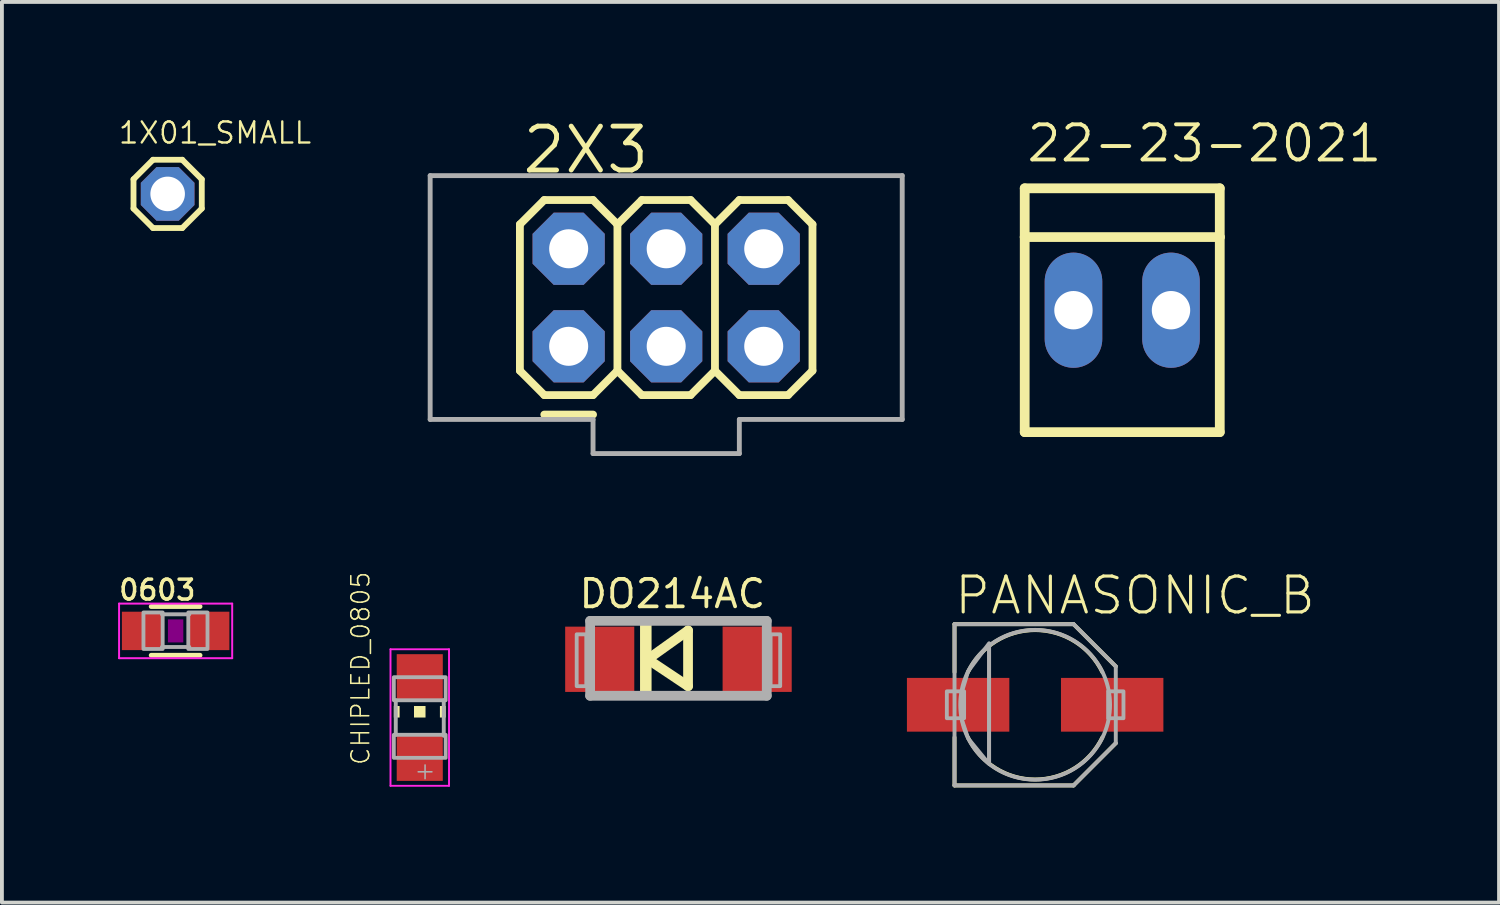
<source format=kicad_pcb>
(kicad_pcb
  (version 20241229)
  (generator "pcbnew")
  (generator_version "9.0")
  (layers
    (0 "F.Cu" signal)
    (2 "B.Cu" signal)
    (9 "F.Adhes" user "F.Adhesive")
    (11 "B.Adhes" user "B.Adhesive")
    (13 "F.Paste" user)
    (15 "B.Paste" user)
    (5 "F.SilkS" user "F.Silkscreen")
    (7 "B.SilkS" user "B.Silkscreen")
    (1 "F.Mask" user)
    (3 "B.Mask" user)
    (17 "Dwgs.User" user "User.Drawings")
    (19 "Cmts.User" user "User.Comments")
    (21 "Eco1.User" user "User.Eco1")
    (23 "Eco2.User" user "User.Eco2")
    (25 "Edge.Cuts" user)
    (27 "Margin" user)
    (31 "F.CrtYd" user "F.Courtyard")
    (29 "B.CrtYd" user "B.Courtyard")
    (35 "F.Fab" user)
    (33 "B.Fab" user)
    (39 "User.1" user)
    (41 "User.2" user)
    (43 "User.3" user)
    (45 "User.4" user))
  (footprint "PANASONIC_B"
    (layer "F.Cu")
    (at 23.909 15.305)
    (property "Reference" "PANASONIC_B" (at -2.15 -2.3 0) (layer "F.SilkS") (effects (font (size 0.935 0.935) (thickness 0.081)) (justify left bottom)))
    (fp_line (start -2.1 -2.1) (end 1 -2.1) (stroke (width 0.102) (type solid)) (layer "F.SilkS"))
    (fp_line (start -2.1 -0.85) (end -2.1 -2.1) (stroke (width 0.102) (type solid)) (layer "F.SilkS"))
    (fp_line (start -2.1 2.1) (end -2.1 0.85) (stroke (width 0.102) (type solid)) (layer "F.SilkS"))
    (fp_line (start 1 -2.1) (end 2.1 -1) (stroke (width 0.102) (type solid)) (layer "F.SilkS"))
    (fp_line (start 1 2.1) (end -2.1 2.1) (stroke (width 0.102) (type solid)) (layer "F.SilkS"))
    (fp_line (start 2.1 1) (end 1 2.1) (stroke (width 0.102) (type solid)) (layer "F.SilkS"))
    (fp_arc (start -1.75 -0.85) (mid 0 -1.945508) (end 1.75 -0.85) (stroke (width 0.1016) (type solid)) (layer "F.SilkS"))
    (fp_arc (start 1.75 0.85) (mid 0 1.945508) (end -1.75 0.85) (stroke (width 0.1016) (type solid)) (layer "F.SilkS"))
    (fp_line (start -2.1 -2.1) (end 1 -2.1) (stroke (width 0.102) (type solid)) (layer "F.Fab"))
    (fp_line (start -2.1 2.1) (end -2.1 -2.1) (stroke (width 0.102) (type solid)) (layer "F.Fab"))
    (fp_line (start -1.2 -1.5) (end -1.2 1.5) (stroke (width 0.102) (type solid)) (layer "F.Fab"))
    (fp_line (start 1 -2.1) (end 2.1 -1) (stroke (width 0.102) (type solid)) (layer "F.Fab"))
    (fp_line (start 1 2.1) (end -2.1 2.1) (stroke (width 0.102) (type solid)) (layer "F.Fab"))
    (fp_line (start 2.1 -1) (end 2.1 1) (stroke (width 0.102) (type solid)) (layer "F.Fab"))
    (fp_line (start 2.1 1) (end 1 2.1) (stroke (width 0.102) (type solid)) (layer "F.Fab"))
    (fp_circle (center 0 0) (end 1.95 0) (stroke (width 0.102) (type solid)) (fill no) (layer "F.Fab"))
    (fp_poly (pts (xy -2.3 0.35) (xy -1.85 0.35) (xy -1.85 -0.35) (xy -2.3 -0.35)) (stroke (width 0.1) (type solid)) (fill no) (layer "F.Fab"))
    (fp_poly (pts (xy 1.9 0.35) (xy 2.3 0.35) (xy 2.3 -0.35) (xy 1.9 -0.35)) (stroke (width 0.1) (type solid)) (fill no) (layer "F.Fab"))
    (fp_poly (pts (xy -1.199 1.542) (xy -1.745 0.875) (xy -1.901 0.408) (xy -1.901 -0.357) (xy -1.746 -0.873) (xy -1.199 -1.602)) (stroke (width 0.1) (type solid)) (fill no) (layer "F.Fab"))
    (pad "+" smd rect (at 2.006 0) (size 2.667 1.4) (layers "F.Cu" "F.Mask" "F.Paste"))
    (pad "-" smd rect (at -2.006 0) (size 2.667 1.4) (layers "F.Cu" "F.Mask" "F.Paste")))
  (footprint "22-23-2021"
    (layer "F.Cu")
    (at 26.177 5.029)
    (property "Reference" "22-23-2021" (at -2.54 -3.81 0) (layer "F.SilkS") (effects (font (size 0.914 0.914) (thickness 0.102)) (justify left bottom)))
    (fp_line (start -2.54 -3.175) (end 2.54 -3.175) (stroke (width 0.254) (type solid)) (layer "F.SilkS"))
    (fp_line (start -2.54 -1.905) (end -2.54 -3.175) (stroke (width 0.254) (type solid)) (layer "F.SilkS"))
    (fp_line (start -2.54 -1.905) (end 2.54 -1.905) (stroke (width 0.254) (type solid)) (layer "F.SilkS"))
    (fp_line (start -2.54 3.175) (end -2.54 -1.905) (stroke (width 0.254) (type solid)) (layer "F.SilkS"))
    (fp_line (start 2.54 -3.175) (end 2.54 -1.905) (stroke (width 0.254) (type solid)) (layer "F.SilkS"))
    (fp_line (start 2.54 -1.905) (end 2.54 3.175) (stroke (width 0.254) (type solid)) (layer "F.SilkS"))
    (fp_line (start 2.54 3.175) (end -2.54 3.175) (stroke (width 0.254) (type solid)) (layer "F.SilkS"))
    (pad "1" thru_hole oval (at -1.27 0 90) (size 3 1.5) (drill 1) (layers "*.Cu" "*.Mask"))
    (pad "2" thru_hole oval (at 1.27 0 90) (size 3 1.5) (drill 1) (layers "*.Cu" "*.Mask")))
  (footprint "1X01_SMALL"
    (layer "F.Cu")
    (at 1.316 2)
    (property "Reference" "1X01_SMALL" (at -1.316 -1.269 0) (layer "F.SilkS") (effects (font (size 0.549 0.549) (thickness 0.061)) (justify left bottom)))
    (fp_line (start -0.889 -0.381) (end -0.889 0.381) (stroke (width 0.152) (type solid)) (layer "F.SilkS"))
    (fp_line (start -0.889 0.381) (end -0.381 0.889) (stroke (width 0.152) (type solid)) (layer "F.SilkS"))
    (fp_line (start -0.381 -0.889) (end -0.889 -0.381) (stroke (width 0.152) (type solid)) (layer "F.SilkS"))
    (fp_line (start -0.381 -0.889) (end 0.381 -0.889) (stroke (width 0.152) (type solid)) (layer "F.SilkS"))
    (fp_line (start 0.381 -0.889) (end 0.889 -0.381) (stroke (width 0.152) (type solid)) (layer "F.SilkS"))
    (fp_line (start 0.381 0.889) (end -0.381 0.889) (stroke (width 0.152) (type solid)) (layer "F.SilkS"))
    (fp_line (start 0.889 -0.381) (end 0.889 0.381) (stroke (width 0.152) (type solid)) (layer "F.SilkS"))
    (fp_line (start 0.889 0.381) (end 0.381 0.889) (stroke (width 0.152) (type solid)) (layer "F.SilkS"))
    (fp_poly (pts (xy -0.254 0.254) (xy 0.254 0.254) (xy 0.254 -0.254) (xy -0.254 -0.254)) (stroke (width 0.1) (type solid)) (fill no) (layer "F.Fab"))
    (pad "1" thru_hole roundrect (at 0 0) (size 1.397 1.397) (drill 0.9) (layers "*.Cu" "*.Mask") (roundrect_rratio 0.25) (chamfer_ratio 0.293) (chamfer top_left top_right bottom_left bottom_right)))
  (footprint "2X3"
    (layer "F.Cu")
    (at 14.3 5.969)
    (property "Reference" "2X3" (at -3.81 -4.445 0) (layer "F.SilkS") (effects (font (size 1.143 1.143) (thickness 0.127)) (justify left bottom)))
    (fp_line (start -3.81 -3.175) (end -3.175 -3.81) (stroke (width 0.203) (type solid)) (layer "F.SilkS"))
    (fp_line (start -3.81 0.635) (end -3.81 -3.175) (stroke (width 0.203) (type solid)) (layer "F.SilkS"))
    (fp_line (start -3.81 0.635) (end -3.175 1.27) (stroke (width 0.203) (type solid)) (layer "F.SilkS"))
    (fp_line (start -3.175 -3.81) (end -1.905 -3.81) (stroke (width 0.203) (type solid)) (layer "F.SilkS"))
    (fp_line (start -3.175 1.27) (end -1.905 1.27) (stroke (width 0.203) (type solid)) (layer "F.SilkS"))
    (fp_line (start -1.905 -3.81) (end -1.27 -3.175) (stroke (width 0.203) (type solid)) (layer "F.SilkS"))
    (fp_line (start -1.905 1.27) (end -1.27 0.635) (stroke (width 0.203) (type solid)) (layer "F.SilkS"))
    (fp_line (start -1.905 1.778) (end -3.175 1.778) (stroke (width 0.203) (type solid)) (layer "F.SilkS"))
    (fp_line (start -1.27 -3.175) (end -1.27 0.635) (stroke (width 0.203) (type solid)) (layer "F.SilkS"))
    (fp_line (start -1.27 -3.175) (end -0.635 -3.81) (stroke (width 0.203) (type solid)) (layer "F.SilkS"))
    (fp_line (start -1.27 0.635) (end -0.635 1.27) (stroke (width 0.203) (type solid)) (layer "F.SilkS"))
    (fp_line (start -0.635 -3.81) (end 0.635 -3.81) (stroke (width 0.203) (type solid)) (layer "F.SilkS"))
    (fp_line (start -0.635 1.27) (end 0.635 1.27) (stroke (width 0.203) (type solid)) (layer "F.SilkS"))
    (fp_line (start 0.635 -3.81) (end 1.27 -3.175) (stroke (width 0.203) (type solid)) (layer "F.SilkS"))
    (fp_line (start 0.635 1.27) (end 1.27 0.635) (stroke (width 0.203) (type solid)) (layer "F.SilkS"))
    (fp_line (start 1.27 -3.175) (end 1.27 0.635) (stroke (width 0.203) (type solid)) (layer "F.SilkS"))
    (fp_line (start 1.27 -3.175) (end 1.905 -3.81) (stroke (width 0.203) (type solid)) (layer "F.SilkS"))
    (fp_line (start 1.27 0.635) (end 1.905 1.27) (stroke (width 0.203) (type solid)) (layer "F.SilkS"))
    (fp_line (start 1.905 -3.81) (end 3.175 -3.81) (stroke (width 0.203) (type solid)) (layer "F.SilkS"))
    (fp_line (start 1.905 1.27) (end 3.175 1.27) (stroke (width 0.203) (type solid)) (layer "F.SilkS"))
    (fp_line (start 3.175 -3.81) (end 3.81 -3.175) (stroke (width 0.203) (type solid)) (layer "F.SilkS"))
    (fp_line (start 3.175 1.27) (end 3.81 0.635) (stroke (width 0.203) (type solid)) (layer "F.SilkS"))
    (fp_line (start 3.81 -3.175) (end 3.81 0.635) (stroke (width 0.203) (type solid)) (layer "F.SilkS"))
    (fp_line (start -6.147 -4.445) (end 6.147 -4.445) (stroke (width 0.127) (type solid)) (layer "F.Fab"))
    (fp_line (start -6.147 1.905) (end -6.147 -4.445) (stroke (width 0.127) (type solid)) (layer "F.Fab"))
    (fp_line (start -1.905 1.905) (end -6.147 1.905) (stroke (width 0.127) (type solid)) (layer "F.Fab"))
    (fp_line (start -1.905 1.905) (end -1.905 2.794) (stroke (width 0.127) (type solid)) (layer "F.Fab"))
    (fp_line (start -1.905 2.794) (end 1.905 2.794) (stroke (width 0.127) (type solid)) (layer "F.Fab"))
    (fp_line (start 1.905 2.794) (end 1.905 1.905) (stroke (width 0.127) (type solid)) (layer "F.Fab"))
    (fp_line (start 6.147 -4.445) (end 6.147 1.905) (stroke (width 0.127) (type solid)) (layer "F.Fab"))
    (fp_line (start 6.147 1.905) (end 1.905 1.905) (stroke (width 0.127) (type solid)) (layer "F.Fab"))
    (fp_poly (pts (xy -2.794 -2.286) (xy -2.286 -2.286) (xy -2.286 -2.794) (xy -2.794 -2.794)) (stroke (width 0.1) (type solid)) (fill no) (layer "F.Fab"))
    (fp_poly (pts (xy -2.794 0.254) (xy -2.286 0.254) (xy -2.286 -0.254) (xy -2.794 -0.254)) (stroke (width 0.1) (type solid)) (fill no) (layer "F.Fab"))
    (fp_poly (pts (xy -0.254 -2.286) (xy 0.254 -2.286) (xy 0.254 -2.794) (xy -0.254 -2.794)) (stroke (width 0.1) (type solid)) (fill no) (layer "F.Fab"))
    (fp_poly (pts (xy -0.254 0.254) (xy 0.254 0.254) (xy 0.254 -0.254) (xy -0.254 -0.254)) (stroke (width 0.1) (type solid)) (fill no) (layer "F.Fab"))
    (fp_poly (pts (xy 2.286 -2.286) (xy 2.794 -2.286) (xy 2.794 -2.794) (xy 2.286 -2.794)) (stroke (width 0.1) (type solid)) (fill no) (layer "F.Fab"))
    (fp_poly (pts (xy 2.286 0.254) (xy 2.794 0.254) (xy 2.794 -0.254) (xy 2.286 -0.254)) (stroke (width 0.1) (type solid)) (fill no) (layer "F.Fab"))
    (pad "1" thru_hole roundrect (at -2.54 0) (size 1.88 1.88) (drill 1.016) (layers "*.Cu" "*.Mask") (roundrect_rratio 0.25) (chamfer_ratio 0.293) (chamfer top_left top_right bottom_left bottom_right))
    (pad "2" thru_hole roundrect (at -2.54 -2.54) (size 1.88 1.88) (drill 1.016) (layers "*.Cu" "*.Mask") (roundrect_rratio 0.25) (chamfer_ratio 0.293) (chamfer top_left top_right bottom_left bottom_right))
    (pad "3" thru_hole roundrect (at 0 0) (size 1.88 1.88) (drill 1.016) (layers "*.Cu" "*.Mask") (roundrect_rratio 0.25) (chamfer_ratio 0.293) (chamfer top_left top_right bottom_left bottom_right))
    (pad "4" thru_hole roundrect (at 0 -2.54) (size 1.88 1.88) (drill 1.016) (layers "*.Cu" "*.Mask") (roundrect_rratio 0.25) (chamfer_ratio 0.293) (chamfer top_left top_right bottom_left bottom_right))
    (pad "5" thru_hole roundrect (at 2.54 0) (size 1.88 1.88) (drill 1.016) (layers "*.Cu" "*.Mask") (roundrect_rratio 0.25) (chamfer_ratio 0.293) (chamfer top_left top_right bottom_left bottom_right))
    (pad "6" thru_hole roundrect (at 2.54 -2.54) (size 1.88 1.88) (drill 1.016) (layers "*.Cu" "*.Mask") (roundrect_rratio 0.25) (chamfer_ratio 0.293) (chamfer top_left top_right bottom_left bottom_right)))
  (footprint "CHIPLED_0805"
    (layer "F.Cu")
    (at 7.882 15.637)
    (property "Reference" "CHIPLED_0805" (at -1.27 1.27 90) (layer "F.SilkS") (effects (font (size 0.467 0.467) (thickness 0.041)) (justify left bottom)))
    (fp_poly (pts (xy -0.675 0) (xy -0.525 0) (xy -0.525 -0.3) (xy -0.675 -0.3)) (stroke (width 0) (type solid)) (fill yes) (layer "F.SilkS"))
    (fp_poly (pts (xy -0.15 0) (xy 0.15 0) (xy 0.15 -0.3) (xy -0.15 -0.3)) (stroke (width 0) (type solid)) (fill yes) (layer "F.SilkS"))
    (fp_poly (pts (xy 0.525 0) (xy 0.675 0) (xy 0.675 -0.3) (xy 0.525 -0.3)) (stroke (width 0) (type solid)) (fill yes) (layer "F.SilkS"))
    (fp_line (start -0.762 -1.778) (end 0.762 -1.778) (stroke (width 0.05) (type solid)) (layer "F.CrtYd"))
    (fp_line (start -0.762 1.778) (end -0.762 -1.778) (stroke (width 0.05) (type solid)) (layer "F.CrtYd"))
    (fp_line (start 0.762 -1.778) (end 0.762 1.778) (stroke (width 0.05) (type solid)) (layer "F.CrtYd"))
    (fp_line (start 0.762 1.778) (end -0.762 1.778) (stroke (width 0.05) (type solid)) (layer "F.CrtYd"))
    (fp_line (start -0.625 -0.45) (end -0.625 0.45) (stroke (width 0.102) (type solid)) (layer "F.Fab"))
    (fp_line (start 0.625 -0.45) (end 0.625 0.475) (stroke (width 0.102) (type solid)) (layer "F.Fab"))
    (fp_poly (pts (xy -0.675 -0.45) (xy 0.675 -0.45) (xy 0.675 -1.05) (xy -0.675 -1.05)) (stroke (width 0.1) (type solid)) (fill no) (layer "F.Fab"))
    (fp_poly (pts (xy -0.675 1.05) (xy 0.675 1.05) (xy 0.675 0.45) (xy -0.675 0.45)) (stroke (width 0.1) (type solid)) (fill no) (layer "F.Fab"))
    (fp_text user "+" (at -0.178 1.651 0) (layer "F.Fab") (effects (font (size 0.467 0.467) (thickness 0.041)) (justify left bottom)))
    (pad "A" smd rect (at 0 1.05) (size 1.2 1.2) (layers "F.Cu" "F.Mask" "F.Paste"))
    (pad "C" smd rect (at 0 -1.05) (size 1.2 1.2) (layers "F.Cu" "F.Mask" "F.Paste")))
  (footprint "DO214AC"
    (layer "F.Cu")
    (at 14.619 14.12)
    (property "Reference" "DO214AC" (at -2.64 -1.286 0) (layer "F.SilkS") (effects (font (size 0.715 0.715) (thickness 0.098)) (justify left bottom)))
    (fp_line (start -0.8 0) (end 0.25 -0.75) (stroke (width 0.254) (type solid)) (layer "F.SilkS"))
    (fp_line (start 0.25 -0.75) (end 0.25 0.7) (stroke (width 0.254) (type solid)) (layer "F.SilkS"))
    (fp_line (start 0.25 0.7) (end -0.8 0) (stroke (width 0.254) (type solid)) (layer "F.SilkS"))
    (fp_poly (pts (xy -1 1.05) (xy -0.7 1.05) (xy -0.7 -1.05) (xy -1 -1.05)) (stroke (width 0) (type solid)) (fill yes) (layer "F.SilkS"))
    (fp_line (start -2.3 -1) (end 2.3 -1) (stroke (width 0.254) (type solid)) (layer "F.Fab"))
    (fp_line (start -2.3 0.95) (end -2.3 -1) (stroke (width 0.254) (type solid)) (layer "F.Fab"))
    (fp_line (start 2.3 -1) (end 2.3 0.95) (stroke (width 0.254) (type solid)) (layer "F.Fab"))
    (fp_line (start 2.3 0.95) (end -2.3 0.95) (stroke (width 0.254) (type solid)) (layer "F.Fab"))
    (fp_poly (pts (xy -2.65 0.7) (xy -2.4 0.7) (xy -2.4 -0.65) (xy -2.65 -0.65)) (stroke (width 0.1) (type solid)) (fill no) (layer "F.Fab"))
    (fp_poly (pts (xy 2.4 0.7) (xy 2.65 0.7) (xy 2.65 -0.65) (xy 2.4 -0.65)) (stroke (width 0.1) (type solid)) (fill no) (layer "F.Fab"))
    (pad "A" smd rect (at 2.05 0) (size 1.8 1.7) (layers "F.Cu" "F.Mask" "F.Paste"))
    (pad "C" smd rect (at -2.05 0) (size 1.8 1.7) (layers "F.Cu" "F.Mask" "F.Paste")))
  (footprint "0603"
    (layer "F.Cu")
    (at 1.524 13.381)
    (property "Reference" "0603" (at -1.524 -0.762 0) (layer "F.SilkS") (effects (font (size 0.518 0.518) (thickness 0.091)) (justify left bottom)))
    (fp_line (start -0.635 -0.635) (end 0.635 -0.635) (stroke (width 0.127) (type solid)) (layer "F.SilkS"))
    (fp_line (start -0.635 0.635) (end 0.635 0.635) (stroke (width 0.127) (type solid)) (layer "F.SilkS"))
    (fp_poly (pts (xy -0.2 0.3) (xy 0.2 0.3) (xy 0.2 -0.3) (xy -0.2 -0.3)) (stroke (width 0) (type solid)) (fill yes) (layer "F.Adhes"))
    (fp_line (start -1.473 -0.711) (end 1.473 -0.711) (stroke (width 0.051) (type solid)) (layer "F.CrtYd"))
    (fp_line (start -1.473 0.711) (end -1.473 -0.711) (stroke (width 0.051) (type solid)) (layer "F.CrtYd"))
    (fp_line (start 1.473 -0.711) (end 1.473 0.711) (stroke (width 0.051) (type solid)) (layer "F.CrtYd"))
    (fp_line (start 1.473 0.711) (end -1.473 0.711) (stroke (width 0.051) (type solid)) (layer "F.CrtYd"))
    (fp_line (start -0.356 -0.432) (end 0.356 -0.432) (stroke (width 0.102) (type solid)) (layer "F.Fab"))
    (fp_line (start -0.356 0.419) (end 0.356 0.419) (stroke (width 0.102) (type solid)) (layer "F.Fab"))
    (fp_poly (pts (xy -0.838 0.47) (xy -0.338 0.47) (xy -0.338 -0.48) (xy -0.838 -0.48)) (stroke (width 0.1) (type solid)) (fill no) (layer "F.Fab"))
    (fp_poly (pts (xy 0.33 0.47) (xy 0.83 0.47) (xy 0.83 -0.48) (xy 0.33 -0.48)) (stroke (width 0.1) (type solid)) (fill no) (layer "F.Fab"))
    (pad "1" smd rect (at -0.85 0) (size 1.1 1) (layers "F.Cu" "F.Mask" "F.Paste"))
    (pad "2" smd rect (at 0.85 0) (size 1.1 1) (layers "F.Cu" "F.Mask" "F.Paste")))
  (gr_rect
    (start -3 -3)
    (end 35.99 20.456)
    (stroke (width 0.1) (type default))
    (fill no)
    (layer "Edge.Cuts")))
</source>
